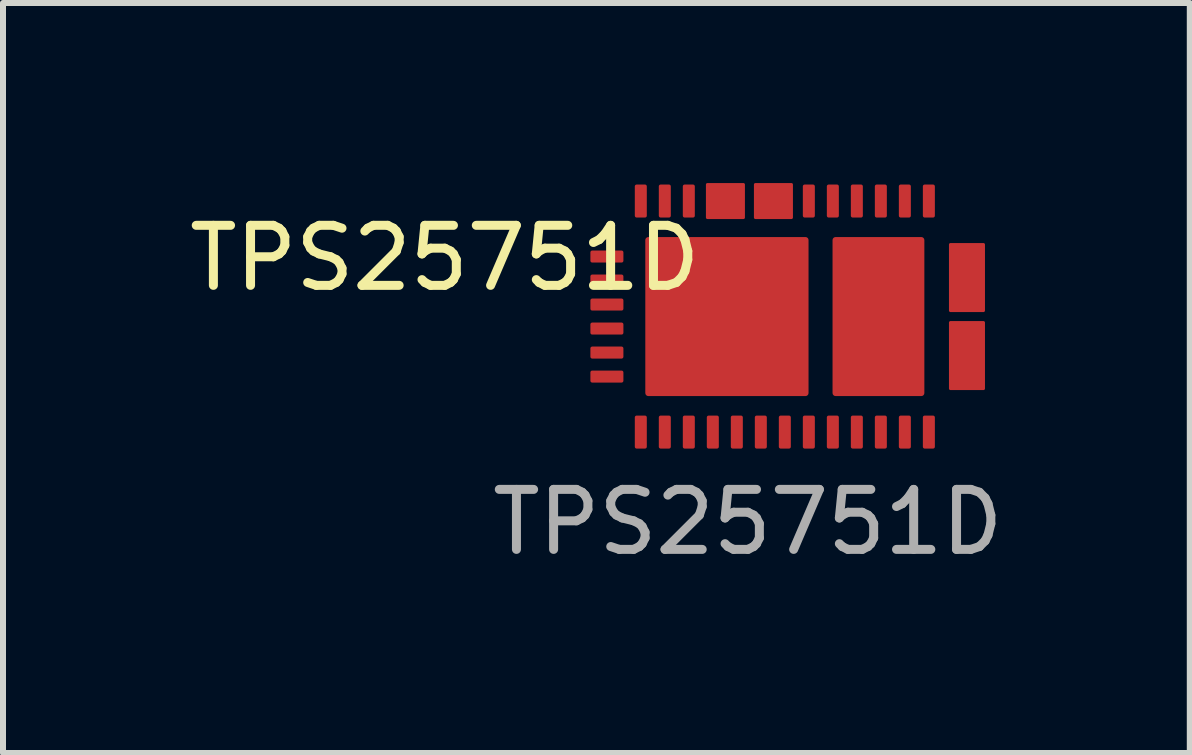
<source format=kicad_pcb>
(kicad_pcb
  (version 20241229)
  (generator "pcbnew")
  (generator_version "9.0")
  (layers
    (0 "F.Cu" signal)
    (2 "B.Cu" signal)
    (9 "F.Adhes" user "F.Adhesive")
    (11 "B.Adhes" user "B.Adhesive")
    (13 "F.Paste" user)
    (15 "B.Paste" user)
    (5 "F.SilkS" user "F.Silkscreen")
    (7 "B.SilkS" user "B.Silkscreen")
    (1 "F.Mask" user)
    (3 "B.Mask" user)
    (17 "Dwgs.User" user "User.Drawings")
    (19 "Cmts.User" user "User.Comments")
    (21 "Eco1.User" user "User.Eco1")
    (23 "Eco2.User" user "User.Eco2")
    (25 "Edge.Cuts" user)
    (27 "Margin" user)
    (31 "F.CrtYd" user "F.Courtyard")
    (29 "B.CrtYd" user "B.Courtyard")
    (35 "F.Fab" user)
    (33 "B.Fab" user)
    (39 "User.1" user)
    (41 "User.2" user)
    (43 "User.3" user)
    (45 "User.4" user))
  (footprint "TPS25751D"
    (layer "F.Cu")
    (at 9.063 2.225)
    (property "Reference" "TPS25751D" (at -4.7 -0.975 0) (unlocked yes) (layer "F.SilkS") (effects (font (size 1 1) (thickness 0.15))))
    (attr smd)
    (fp_rect (start -0.325 -2.2) (end 0.275 -1.65) (stroke (width 0.05) (type solid)) (fill yes) (layer "F.Cu"))
    (fp_rect (start 0.475 -2.2) (end 1.075 -1.65) (stroke (width 0.05) (type solid)) (fill yes) (layer "F.Cu"))
    (fp_rect (start 3.725 -1.2) (end 4.275 -0.1) (stroke (width 0.05) (type solid)) (fill yes) (layer "F.Cu"))
    (fp_rect (start 3.725 0.1) (end 4.275 1.2) (stroke (width 0.05) (type solid)) (fill yes) (layer "F.Cu"))
    (fp_text user "${REFERENCE}" (at 0.35 3.425 0) (unlocked yes) (layer "F.Fab") (effects (font (size 1 1) (thickness 0.15))))
    (pad "1" smd roundrect (at -2 -1) (size 0.55 0.2) (layers "F.Cu" "F.Mask" "F.Paste") (roundrect_rratio 0.15))
    (pad "2" smd roundrect (at -2 -0.6) (size 0.55 0.2) (layers "F.Cu" "F.Mask" "F.Paste") (roundrect_rratio 0.15))
    (pad "3" smd roundrect (at -2 -0.2) (size 0.55 0.2) (layers "F.Cu" "F.Mask" "F.Paste") (roundrect_rratio 0.15))
    (pad "4" smd roundrect (at -2 0.2) (size 0.55 0.2) (layers "F.Cu" "F.Mask" "F.Paste") (roundrect_rratio 0.15))
    (pad "5" smd roundrect (at -2 0.6) (size 0.55 0.2) (layers "F.Cu" "F.Mask" "F.Paste") (roundrect_rratio 0.15))
    (pad "6" smd roundrect (at -2 1) (size 0.55 0.2) (layers "F.Cu" "F.Mask" "F.Paste") (roundrect_rratio 0.15))
    (pad "7" smd roundrect (at -1.435 1.925 90) (size 0.55 0.2) (layers "F.Cu" "F.Mask" "F.Paste") (roundrect_rratio 0.15))
    (pad "8" smd roundrect (at -1.035 1.925 90) (size 0.55 0.2) (layers "F.Cu" "F.Mask" "F.Paste") (roundrect_rratio 0.15))
    (pad "9" smd roundrect (at -0.635 1.925 90) (size 0.55 0.2) (layers "F.Cu" "F.Mask" "F.Paste") (roundrect_rratio 0.15))
    (pad "10" smd roundrect (at -0.235 1.925 90) (size 0.55 0.2) (layers "F.Cu" "F.Mask" "F.Paste") (roundrect_rratio 0.15))
    (pad "11" smd roundrect (at 0.165 1.925 90) (size 0.55 0.2) (layers "F.Cu" "F.Mask" "F.Paste") (roundrect_rratio 0.15))
    (pad "12" smd roundrect (at 0.565 1.925 90) (size 0.55 0.2) (layers "F.Cu" "F.Mask" "F.Paste") (roundrect_rratio 0.15))
    (pad "13" smd roundrect (at 0.965 1.925 90) (size 0.55 0.2) (layers "F.Cu" "F.Mask" "F.Paste") (roundrect_rratio 0.15))
    (pad "14" smd roundrect (at 1.365 1.925 90) (size 0.55 0.2) (layers "F.Cu" "F.Mask" "F.Paste") (roundrect_rratio 0.15))
    (pad "15" smd roundrect (at 1.765 1.925 90) (size 0.55 0.2) (layers "F.Cu" "F.Mask" "F.Paste") (roundrect_rratio 0.15))
    (pad "16" smd roundrect (at 2.165 1.925 90) (size 0.55 0.2) (layers "F.Cu" "F.Mask" "F.Paste") (roundrect_rratio 0.15))
    (pad "17" smd roundrect (at 2.565 1.925 90) (size 0.55 0.2) (layers "F.Cu" "F.Mask" "F.Paste") (roundrect_rratio 0.15))
    (pad "18" smd roundrect (at 2.965 1.925 90) (size 0.55 0.2) (layers "F.Cu" "F.Mask" "F.Paste") (roundrect_rratio 0.15))
    (pad "19" smd roundrect (at 3.365 1.925 90) (size 0.55 0.2) (layers "F.Cu" "F.Mask" "F.Paste") (roundrect_rratio 0.15))
    (pad "20" smd roundrect (at 4 1.1 180) (size 0.55 0.2) (layers "F.Cu" "F.Mask" "F.Paste") (roundrect_rratio 0.15))
    (pad "21" smd roundrect (at 4 0.65 180) (size 0.55 0.2) (layers "F.Cu" "F.Mask" "F.Paste") (roundrect_rratio 0.15))
    (pad "22" smd roundrect (at 4 0.2 180) (size 0.55 0.2) (layers "F.Cu" "F.Mask" "F.Paste") (roundrect_rratio 0.15))
    (pad "23" smd roundrect (at 4 -0.2 180) (size 0.55 0.2) (layers "F.Cu" "F.Mask" "F.Paste") (roundrect_rratio 0.15))
    (pad "24" smd roundrect (at 4 -0.65 180) (size 0.55 0.2) (layers "F.Cu" "F.Mask" "F.Paste") (roundrect_rratio 0.15))
    (pad "25" smd roundrect (at 4 -1.1 180) (size 0.55 0.2) (layers "F.Cu" "F.Mask" "F.Paste") (roundrect_rratio 0.15))
    (pad "26" smd roundrect (at 3.365 -1.925 270) (size 0.55 0.2) (layers "F.Cu" "F.Mask" "F.Paste") (roundrect_rratio 0.15))
    (pad "27" smd roundrect (at 2.965 -1.925 270) (size 0.55 0.2) (layers "F.Cu" "F.Mask" "F.Paste") (roundrect_rratio 0.15))
    (pad "28" smd roundrect (at 2.565 -1.925 270) (size 0.55 0.2) (layers "F.Cu" "F.Mask" "F.Paste") (roundrect_rratio 0.15))
    (pad "29" smd roundrect (at 2.165 -1.925 270) (size 0.55 0.2) (layers "F.Cu" "F.Mask" "F.Paste") (roundrect_rratio 0.15))
    (pad "30" smd roundrect (at 1.765 -1.925 270) (size 0.55 0.2) (layers "F.Cu" "F.Mask" "F.Paste") (roundrect_rratio 0.15))
    (pad "31" smd roundrect (at 1.365 -1.925 270) (size 0.55 0.2) (layers "F.Cu" "F.Mask" "F.Paste") (roundrect_rratio 0.15))
    (pad "32" smd roundrect (at 0.965 -1.925 270) (size 0.55 0.2) (layers "F.Cu" "F.Mask" "F.Paste") (roundrect_rratio 0.15))
    (pad "33" smd roundrect (at 0.565 -1.925 270) (size 0.55 0.2) (layers "F.Cu" "F.Mask" "F.Paste") (roundrect_rratio 0.15))
    (pad "34" smd roundrect (at 0.165 -1.925 270) (size 0.55 0.2) (layers "F.Cu" "F.Mask" "F.Paste") (roundrect_rratio 0.15))
    (pad "35" smd roundrect (at -0.235 -1.925 270) (size 0.55 0.2) (layers "F.Cu" "F.Mask" "F.Paste") (roundrect_rratio 0.15))
    (pad "36" smd roundrect (at -0.635 -1.925 270) (size 0.55 0.2) (layers "F.Cu" "F.Mask" "F.Paste") (roundrect_rratio 0.15))
    (pad "37" smd roundrect (at -1.035 -1.925 270) (size 0.55 0.2) (layers "F.Cu" "F.Mask" "F.Paste") (roundrect_rratio 0.15))
    (pad "38" smd roundrect (at -1.435 -1.925 270) (size 0.55 0.2) (layers "F.Cu" "F.Mask" "F.Paste") (roundrect_rratio 0.15))
    (pad "39" smd roundrect (at 0 0) (size 2.72 2.65) (layers "F.Cu" "F.Mask" "F.Paste") (roundrect_rratio 0.019))
    (pad "40" smd roundrect (at 2.525 0) (size 1.53 2.65) (layers "F.Cu" "F.Mask" "F.Paste") (roundrect_rratio 0.033)))
  (gr_rect
    (start -3 -3)
    (end 16.776 9.498)
    (stroke (width 0.1) (type default))
    (fill no)
    (layer "Edge.Cuts")))
</source>
